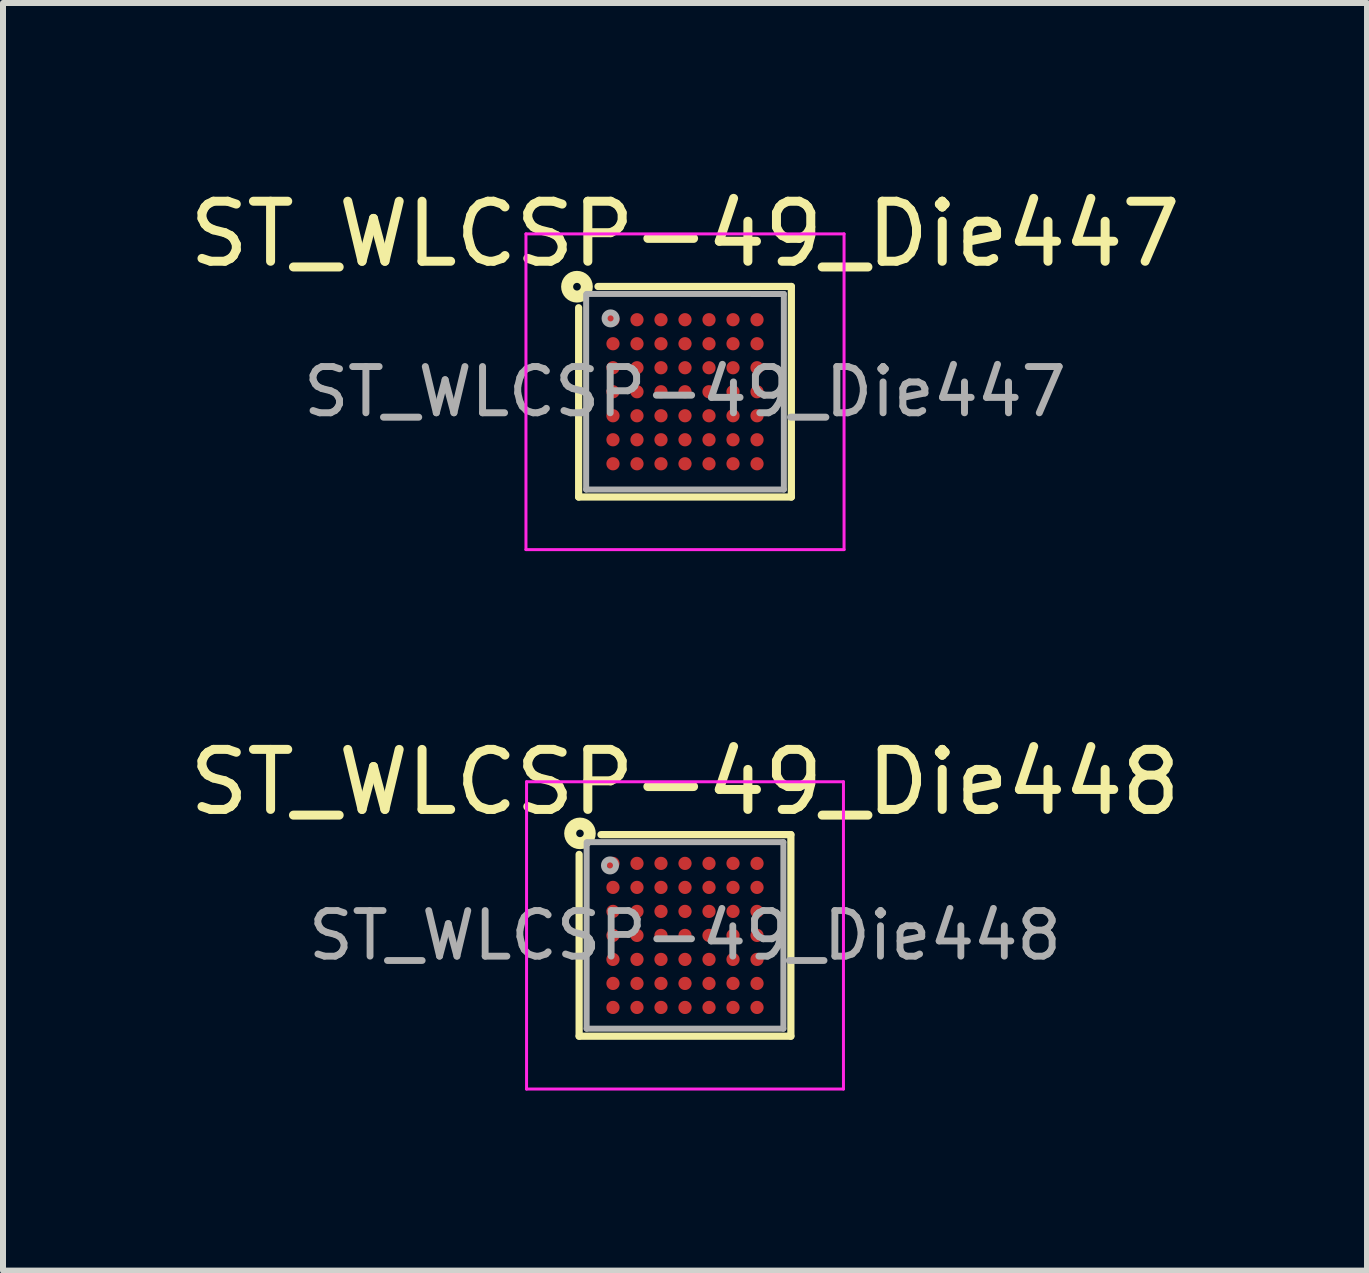
<source format=kicad_pcb>
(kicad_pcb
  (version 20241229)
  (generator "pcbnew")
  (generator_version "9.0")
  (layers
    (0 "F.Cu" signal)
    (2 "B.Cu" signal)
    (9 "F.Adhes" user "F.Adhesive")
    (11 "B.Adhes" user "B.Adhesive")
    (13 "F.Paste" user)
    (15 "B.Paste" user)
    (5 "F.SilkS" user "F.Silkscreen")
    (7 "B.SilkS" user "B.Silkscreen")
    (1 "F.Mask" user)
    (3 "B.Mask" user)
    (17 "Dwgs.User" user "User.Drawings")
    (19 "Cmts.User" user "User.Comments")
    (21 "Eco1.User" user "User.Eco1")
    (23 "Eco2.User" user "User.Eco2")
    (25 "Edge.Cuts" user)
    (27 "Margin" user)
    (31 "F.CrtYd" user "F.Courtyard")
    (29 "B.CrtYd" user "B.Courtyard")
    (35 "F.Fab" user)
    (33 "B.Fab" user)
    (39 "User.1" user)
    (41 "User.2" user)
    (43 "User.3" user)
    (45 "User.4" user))
  (footprint "ST_WLCSP-49_Die448"
    (layer "F.Cu")
    (at 8.363 12.535)
    (property "Reference" "ST_WLCSP-49_Die448" (at 0 -2.554 0) (layer "F.SilkS") (effects (font (size 1 1) (thickness 0.15))))
    (attr smd)
    (fp_line (start -1.764 1.679) (end -1.764 -1.35) (stroke (width 0.12) (type solid)) (layer "F.SilkS"))
    (fp_line (start -1.4 -1.679) (end 1.764 -1.679) (stroke (width 0.12) (type solid)) (layer "F.SilkS"))
    (fp_line (start 1.764 -1.679) (end 1.764 1.679) (stroke (width 0.12) (type solid)) (layer "F.SilkS"))
    (fp_line (start 1.764 1.679) (end -1.764 1.679) (stroke (width 0.12) (type solid)) (layer "F.SilkS"))
    (fp_circle (center -1.75 -1.7) (end -1.687 -1.7) (stroke (width 0.2) (type solid)) (fill no) (layer "F.SilkS"))
    (fp_line (start -2.64 -2.56) (end -2.64 2.56) (stroke (width 0.05) (type solid)) (layer "F.CrtYd"))
    (fp_line (start -2.64 2.56) (end 2.64 2.56) (stroke (width 0.05) (type solid)) (layer "F.CrtYd"))
    (fp_line (start 2.64 -2.56) (end -2.64 -2.56) (stroke (width 0.05) (type solid)) (layer "F.CrtYd"))
    (fp_line (start 2.64 2.56) (end 2.64 -2.56) (stroke (width 0.05) (type solid)) (layer "F.CrtYd"))
    (fp_line (start -1.639 1.554) (end -1.639 -1.55) (stroke (width 0.1) (type solid)) (layer "F.Fab"))
    (fp_line (start -1.63 -1.554) (end 1.639 -1.554) (stroke (width 0.1) (type solid)) (layer "F.Fab"))
    (fp_line (start 1.639 -1.554) (end 1.639 1.554) (stroke (width 0.1) (type solid)) (layer "F.Fab"))
    (fp_line (start 1.639 1.554) (end -1.639 1.554) (stroke (width 0.1) (type solid)) (layer "F.Fab"))
    (fp_circle (center -1.25 -1.166) (end -1.15 -1.166) (stroke (width 0.1) (type solid)) (fill no) (layer "F.Fab"))
    (fp_text user "${REFERENCE}" (at 0 0 0) (layer "F.Fab") (effects (font (size 0.76 0.76) (thickness 0.114))))
    (pad "A1" smd circle (at -1.2 -1.2) (size 0.22 0.22) (layers "F.Cu" "F.Mask" "F.Paste"))
    (pad "A2" smd circle (at -0.8 -1.2) (size 0.22 0.22) (layers "F.Cu" "F.Mask" "F.Paste"))
    (pad "A3" smd circle (at -0.4 -1.2) (size 0.22 0.22) (layers "F.Cu" "F.Mask" "F.Paste"))
    (pad "A4" smd circle (at 0 -1.2) (size 0.22 0.22) (layers "F.Cu" "F.Mask" "F.Paste"))
    (pad "A5" smd circle (at 0.4 -1.2) (size 0.22 0.22) (layers "F.Cu" "F.Mask" "F.Paste"))
    (pad "A6" smd circle (at 0.8 -1.2) (size 0.22 0.22) (layers "F.Cu" "F.Mask" "F.Paste"))
    (pad "A7" smd circle (at 1.2 -1.2) (size 0.22 0.22) (layers "F.Cu" "F.Mask" "F.Paste"))
    (pad "B1" smd circle (at -1.2 -0.8) (size 0.22 0.22) (layers "F.Cu" "F.Mask" "F.Paste"))
    (pad "B2" smd circle (at -0.8 -0.8) (size 0.22 0.22) (layers "F.Cu" "F.Mask" "F.Paste"))
    (pad "B3" smd circle (at -0.4 -0.8) (size 0.22 0.22) (layers "F.Cu" "F.Mask" "F.Paste"))
    (pad "B4" smd circle (at 0 -0.8) (size 0.22 0.22) (layers "F.Cu" "F.Mask" "F.Paste"))
    (pad "B5" smd circle (at 0.4 -0.8) (size 0.22 0.22) (layers "F.Cu" "F.Mask" "F.Paste"))
    (pad "B6" smd circle (at 0.8 -0.8) (size 0.22 0.22) (layers "F.Cu" "F.Mask" "F.Paste"))
    (pad "B7" smd circle (at 1.2 -0.8) (size 0.22 0.22) (layers "F.Cu" "F.Mask" "F.Paste"))
    (pad "C1" smd circle (at -1.2 -0.4) (size 0.22 0.22) (layers "F.Cu" "F.Mask" "F.Paste"))
    (pad "C2" smd circle (at -0.8 -0.4) (size 0.22 0.22) (layers "F.Cu" "F.Mask" "F.Paste"))
    (pad "C3" smd circle (at -0.4 -0.4) (size 0.22 0.22) (layers "F.Cu" "F.Mask" "F.Paste"))
    (pad "C4" smd circle (at 0 -0.4) (size 0.22 0.22) (layers "F.Cu" "F.Mask" "F.Paste"))
    (pad "C5" smd circle (at 0.4 -0.4) (size 0.22 0.22) (layers "F.Cu" "F.Mask" "F.Paste"))
    (pad "C6" smd circle (at 0.8 -0.4) (size 0.22 0.22) (layers "F.Cu" "F.Mask" "F.Paste"))
    (pad "C7" smd circle (at 1.2 -0.4) (size 0.22 0.22) (layers "F.Cu" "F.Mask" "F.Paste"))
    (pad "D1" smd circle (at -1.2 0) (size 0.22 0.22) (layers "F.Cu" "F.Mask" "F.Paste"))
    (pad "D2" smd circle (at -0.8 0) (size 0.22 0.22) (layers "F.Cu" "F.Mask" "F.Paste"))
    (pad "D3" smd circle (at -0.4 0) (size 0.22 0.22) (layers "F.Cu" "F.Mask" "F.Paste"))
    (pad "D4" smd circle (at 0 0) (size 0.22 0.22) (layers "F.Cu" "F.Mask" "F.Paste"))
    (pad "D5" smd circle (at 0.4 0) (size 0.22 0.22) (layers "F.Cu" "F.Mask" "F.Paste"))
    (pad "D6" smd circle (at 0.8 0) (size 0.22 0.22) (layers "F.Cu" "F.Mask" "F.Paste"))
    (pad "D7" smd circle (at 1.2 0) (size 0.22 0.22) (layers "F.Cu" "F.Mask" "F.Paste"))
    (pad "E1" smd circle (at -1.2 0.4) (size 0.22 0.22) (layers "F.Cu" "F.Mask" "F.Paste"))
    (pad "E2" smd circle (at -0.8 0.4) (size 0.22 0.22) (layers "F.Cu" "F.Mask" "F.Paste"))
    (pad "E3" smd circle (at -0.4 0.4) (size 0.22 0.22) (layers "F.Cu" "F.Mask" "F.Paste"))
    (pad "E4" smd circle (at 0 0.4) (size 0.22 0.22) (layers "F.Cu" "F.Mask" "F.Paste"))
    (pad "E5" smd circle (at 0.4 0.4) (size 0.22 0.22) (layers "F.Cu" "F.Mask" "F.Paste"))
    (pad "E6" smd circle (at 0.8 0.4) (size 0.22 0.22) (layers "F.Cu" "F.Mask" "F.Paste"))
    (pad "E7" smd circle (at 1.2 0.4) (size 0.22 0.22) (layers "F.Cu" "F.Mask" "F.Paste"))
    (pad "F1" smd circle (at -1.2 0.8) (size 0.22 0.22) (layers "F.Cu" "F.Mask" "F.Paste"))
    (pad "F2" smd circle (at -0.8 0.8) (size 0.22 0.22) (layers "F.Cu" "F.Mask" "F.Paste"))
    (pad "F3" smd circle (at -0.4 0.8) (size 0.22 0.22) (layers "F.Cu" "F.Mask" "F.Paste"))
    (pad "F4" smd circle (at 0 0.8) (size 0.22 0.22) (layers "F.Cu" "F.Mask" "F.Paste"))
    (pad "F5" smd circle (at 0.4 0.8) (size 0.22 0.22) (layers "F.Cu" "F.Mask" "F.Paste"))
    (pad "F6" smd circle (at 0.8 0.8) (size 0.22 0.22) (layers "F.Cu" "F.Mask" "F.Paste"))
    (pad "F7" smd circle (at 1.2 0.8) (size 0.22 0.22) (layers "F.Cu" "F.Mask" "F.Paste"))
    (pad "G1" smd circle (at -1.2 1.2) (size 0.22 0.22) (layers "F.Cu" "F.Mask" "F.Paste"))
    (pad "G2" smd circle (at -0.8 1.2) (size 0.22 0.22) (layers "F.Cu" "F.Mask" "F.Paste"))
    (pad "G3" smd circle (at -0.4 1.2) (size 0.22 0.22) (layers "F.Cu" "F.Mask" "F.Paste"))
    (pad "G4" smd circle (at 0 1.2) (size 0.22 0.22) (layers "F.Cu" "F.Mask" "F.Paste"))
    (pad "G5" smd circle (at 0.4 1.2) (size 0.22 0.22) (layers "F.Cu" "F.Mask" "F.Paste"))
    (pad "G6" smd circle (at 0.8 1.2) (size 0.22 0.22) (layers "F.Cu" "F.Mask" "F.Paste"))
    (pad "G7" smd circle (at 1.2 1.2) (size 0.22 0.22) (layers "F.Cu" "F.Mask" "F.Paste")))
  (footprint "ST_WLCSP-49_Die447"
    (layer "F.Cu")
    (at 8.363 3.477)
    (property "Reference" "ST_WLCSP-49_Die447" (at 0 -2.629 0) (layer "F.SilkS") (effects (font (size 1 1) (thickness 0.15))))
    (attr smd)
    (fp_line (start -1.772 1.754) (end -1.772 -1.4) (stroke (width 0.12) (type solid)) (layer "F.SilkS"))
    (fp_line (start -1.45 -1.754) (end 1.772 -1.754) (stroke (width 0.12) (type solid)) (layer "F.SilkS"))
    (fp_line (start 1.772 -1.754) (end 1.772 1.754) (stroke (width 0.12) (type solid)) (layer "F.SilkS"))
    (fp_line (start 1.772 1.754) (end -1.772 1.754) (stroke (width 0.12) (type solid)) (layer "F.SilkS"))
    (fp_circle (center -1.8 -1.75) (end -1.736 -1.75) (stroke (width 0.2) (type solid)) (fill no) (layer "F.SilkS"))
    (fp_line (start -2.65 -2.63) (end -2.65 2.63) (stroke (width 0.05) (type solid)) (layer "F.CrtYd"))
    (fp_line (start -2.65 2.63) (end 2.65 2.63) (stroke (width 0.05) (type solid)) (layer "F.CrtYd"))
    (fp_line (start 2.65 -2.63) (end -2.65 -2.63) (stroke (width 0.05) (type solid)) (layer "F.CrtYd"))
    (fp_line (start 2.65 2.63) (end 2.65 -2.63) (stroke (width 0.05) (type solid)) (layer "F.CrtYd"))
    (fp_line (start -1.647 1.629) (end -1.647 -1.62) (stroke (width 0.1) (type solid)) (layer "F.Fab"))
    (fp_line (start -1.64 -1.63) (end 1.647 -1.629) (stroke (width 0.1) (type solid)) (layer "F.Fab"))
    (fp_line (start 1.647 -1.629) (end 1.647 1.629) (stroke (width 0.1) (type solid)) (layer "F.Fab"))
    (fp_line (start 1.647 1.629) (end -1.647 1.629) (stroke (width 0.1) (type solid)) (layer "F.Fab"))
    (fp_circle (center -1.24 -1.222) (end -1.14 -1.222) (stroke (width 0.1) (type solid)) (fill no) (layer "F.Fab"))
    (fp_text user "${REFERENCE}" (at 0 0 0) (layer "F.Fab") (effects (font (size 0.77 0.77) (thickness 0.116))))
    (pad "A1" smd circle (at -1.2 -1.2) (size 0.22 0.22) (layers "F.Cu" "F.Mask" "F.Paste"))
    (pad "A2" smd circle (at -0.8 -1.2) (size 0.22 0.22) (layers "F.Cu" "F.Mask" "F.Paste"))
    (pad "A3" smd circle (at -0.4 -1.2) (size 0.22 0.22) (layers "F.Cu" "F.Mask" "F.Paste"))
    (pad "A4" smd circle (at 0 -1.2) (size 0.22 0.22) (layers "F.Cu" "F.Mask" "F.Paste"))
    (pad "A5" smd circle (at 0.4 -1.2) (size 0.22 0.22) (layers "F.Cu" "F.Mask" "F.Paste"))
    (pad "A6" smd circle (at 0.8 -1.2) (size 0.22 0.22) (layers "F.Cu" "F.Mask" "F.Paste"))
    (pad "A7" smd circle (at 1.2 -1.2) (size 0.22 0.22) (layers "F.Cu" "F.Mask" "F.Paste"))
    (pad "B1" smd circle (at -1.2 -0.8) (size 0.22 0.22) (layers "F.Cu" "F.Mask" "F.Paste"))
    (pad "B2" smd circle (at -0.8 -0.8) (size 0.22 0.22) (layers "F.Cu" "F.Mask" "F.Paste"))
    (pad "B3" smd circle (at -0.4 -0.8) (size 0.22 0.22) (layers "F.Cu" "F.Mask" "F.Paste"))
    (pad "B4" smd circle (at 0 -0.8) (size 0.22 0.22) (layers "F.Cu" "F.Mask" "F.Paste"))
    (pad "B5" smd circle (at 0.4 -0.8) (size 0.22 0.22) (layers "F.Cu" "F.Mask" "F.Paste"))
    (pad "B6" smd circle (at 0.8 -0.8) (size 0.22 0.22) (layers "F.Cu" "F.Mask" "F.Paste"))
    (pad "B7" smd circle (at 1.2 -0.8) (size 0.22 0.22) (layers "F.Cu" "F.Mask" "F.Paste"))
    (pad "C1" smd circle (at -1.2 -0.4) (size 0.22 0.22) (layers "F.Cu" "F.Mask" "F.Paste"))
    (pad "C2" smd circle (at -0.8 -0.4) (size 0.22 0.22) (layers "F.Cu" "F.Mask" "F.Paste"))
    (pad "C3" smd circle (at -0.4 -0.4) (size 0.22 0.22) (layers "F.Cu" "F.Mask" "F.Paste"))
    (pad "C4" smd circle (at 0 -0.4) (size 0.22 0.22) (layers "F.Cu" "F.Mask" "F.Paste"))
    (pad "C5" smd circle (at 0.4 -0.4) (size 0.22 0.22) (layers "F.Cu" "F.Mask" "F.Paste"))
    (pad "C6" smd circle (at 0.8 -0.4) (size 0.22 0.22) (layers "F.Cu" "F.Mask" "F.Paste"))
    (pad "C7" smd circle (at 1.2 -0.4) (size 0.22 0.22) (layers "F.Cu" "F.Mask" "F.Paste"))
    (pad "D1" smd circle (at -1.2 0) (size 0.22 0.22) (layers "F.Cu" "F.Mask" "F.Paste"))
    (pad "D2" smd circle (at -0.8 0) (size 0.22 0.22) (layers "F.Cu" "F.Mask" "F.Paste"))
    (pad "D3" smd circle (at -0.4 0) (size 0.22 0.22) (layers "F.Cu" "F.Mask" "F.Paste"))
    (pad "D4" smd circle (at 0 0) (size 0.22 0.22) (layers "F.Cu" "F.Mask" "F.Paste"))
    (pad "D5" smd circle (at 0.4 0) (size 0.22 0.22) (layers "F.Cu" "F.Mask" "F.Paste"))
    (pad "D6" smd circle (at 0.8 0) (size 0.22 0.22) (layers "F.Cu" "F.Mask" "F.Paste"))
    (pad "D7" smd circle (at 1.2 0) (size 0.22 0.22) (layers "F.Cu" "F.Mask" "F.Paste"))
    (pad "E1" smd circle (at -1.2 0.4) (size 0.22 0.22) (layers "F.Cu" "F.Mask" "F.Paste"))
    (pad "E2" smd circle (at -0.8 0.4) (size 0.22 0.22) (layers "F.Cu" "F.Mask" "F.Paste"))
    (pad "E3" smd circle (at -0.4 0.4) (size 0.22 0.22) (layers "F.Cu" "F.Mask" "F.Paste"))
    (pad "E4" smd circle (at 0 0.4) (size 0.22 0.22) (layers "F.Cu" "F.Mask" "F.Paste"))
    (pad "E5" smd circle (at 0.4 0.4) (size 0.22 0.22) (layers "F.Cu" "F.Mask" "F.Paste"))
    (pad "E6" smd circle (at 0.8 0.4) (size 0.22 0.22) (layers "F.Cu" "F.Mask" "F.Paste"))
    (pad "E7" smd circle (at 1.2 0.4) (size 0.22 0.22) (layers "F.Cu" "F.Mask" "F.Paste"))
    (pad "F1" smd circle (at -1.2 0.8) (size 0.22 0.22) (layers "F.Cu" "F.Mask" "F.Paste"))
    (pad "F2" smd circle (at -0.8 0.8) (size 0.22 0.22) (layers "F.Cu" "F.Mask" "F.Paste"))
    (pad "F3" smd circle (at -0.4 0.8) (size 0.22 0.22) (layers "F.Cu" "F.Mask" "F.Paste"))
    (pad "F4" smd circle (at 0 0.8) (size 0.22 0.22) (layers "F.Cu" "F.Mask" "F.Paste"))
    (pad "F5" smd circle (at 0.4 0.8) (size 0.22 0.22) (layers "F.Cu" "F.Mask" "F.Paste"))
    (pad "F6" smd circle (at 0.8 0.8) (size 0.22 0.22) (layers "F.Cu" "F.Mask" "F.Paste"))
    (pad "F7" smd circle (at 1.2 0.8) (size 0.22 0.22) (layers "F.Cu" "F.Mask" "F.Paste"))
    (pad "G1" smd circle (at -1.2 1.2) (size 0.22 0.22) (layers "F.Cu" "F.Mask" "F.Paste"))
    (pad "G2" smd circle (at -0.8 1.2) (size 0.22 0.22) (layers "F.Cu" "F.Mask" "F.Paste"))
    (pad "G3" smd circle (at -0.4 1.2) (size 0.22 0.22) (layers "F.Cu" "F.Mask" "F.Paste"))
    (pad "G4" smd circle (at 0 1.2) (size 0.22 0.22) (layers "F.Cu" "F.Mask" "F.Paste"))
    (pad "G5" smd circle (at 0.4 1.2) (size 0.22 0.22) (layers "F.Cu" "F.Mask" "F.Paste"))
    (pad "G6" smd circle (at 0.8 1.2) (size 0.22 0.22) (layers "F.Cu" "F.Mask" "F.Paste"))
    (pad "G7" smd circle (at 1.2 1.2) (size 0.22 0.22) (layers "F.Cu" "F.Mask" "F.Paste")))
  (gr_rect
    (start -3 -3)
    (end 19.726 18.12)
    (stroke (width 0.1) (type default))
    (fill no)
    (layer "Edge.Cuts")))
</source>
